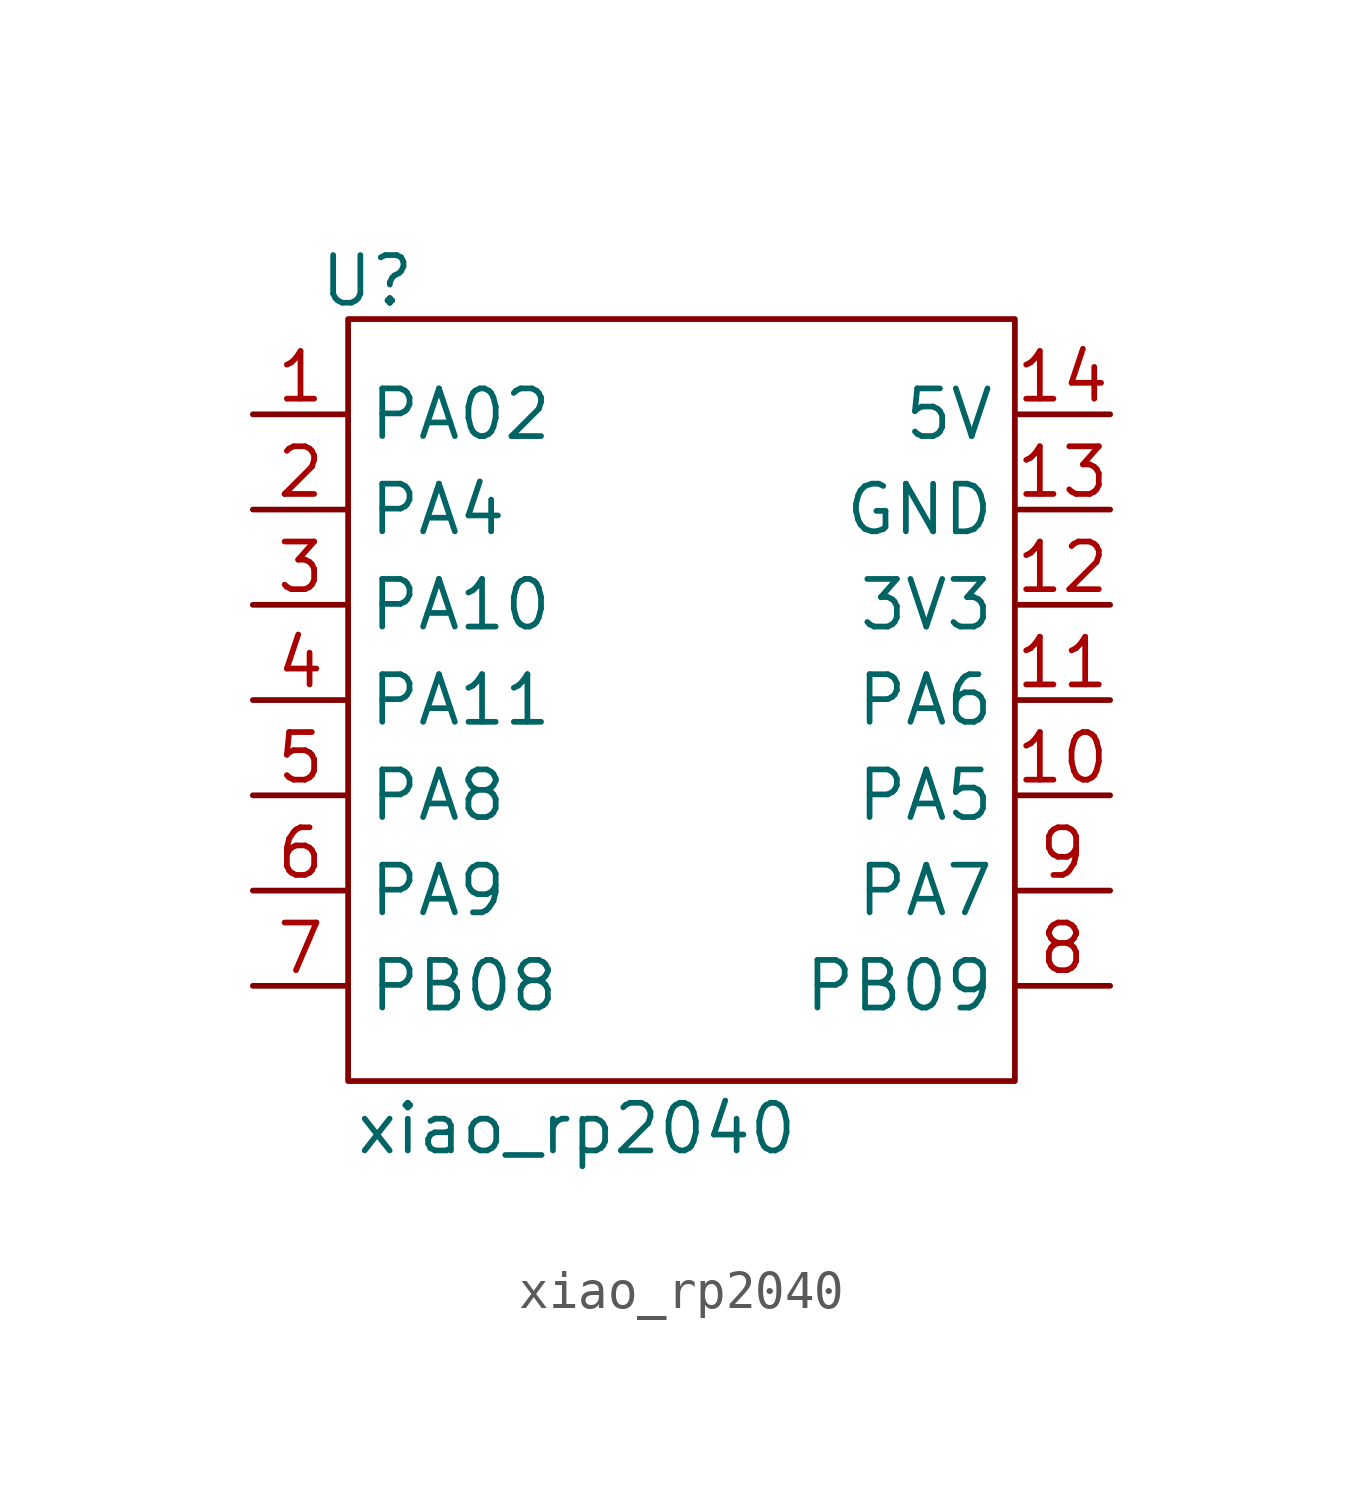
<source format=kicad_sym>
(kicad_symbol_lib
  (version 20231120)
  (generator "kicad_symbol_editor")
  (generator_version "8.0")
  (symbol "xiao_rp2040"
    (property "Reference" "U"
      (at -8.382 11.176 0)
      (effects (font (size 1.27 1.27))))
    (property "Value" "xiao_rp2040"
      (at -2.794 -11.43 0)
      (effects (font (size 1.27 1.27))))
    (symbol "xiao_rp2040_0_1"
      (rectangle (start -8.89 10.16) (end 8.89 -10.16) (stroke (width 0) (type default)) (fill (type none))))
    (symbol "xiao_rp2040_1_1"
      (pin passive line (at -11.43 7.62 0) (length 2.54) (name "PA02" (effects (font (size 1.27 1.27)))) (number "1" (effects (font (size 1.27 1.27)))) (alternate "A0" passive line) (alternate "D0" passive line))
      (pin passive line (at 11.43 -2.54 180) (length 2.54) (name "PA5" (effects (font (size 1.27 1.27)))) (number "10" (effects (font (size 1.27 1.27)))) (alternate "A9" passive line) (alternate "D9" passive line) (alternate "MISO" passive line))
      (pin passive line (at 11.43 0 180) (length 2.54) (name "PA6" (effects (font (size 1.27 1.27)))) (number "11" (effects (font (size 1.27 1.27)))) (alternate "A10" passive line) (alternate "D10" passive line) (alternate "MOSI" passive line))
      (pin passive line (at 11.43 2.54 180) (length 2.54) (name "3V3" (effects (font (size 1.27 1.27)))) (number "12" (effects (font (size 1.27 1.27)))))
      (pin passive line (at 11.43 5.08 180) (length 2.54) (name "GND" (effects (font (size 1.27 1.27)))) (number "13" (effects (font (size 1.27 1.27)))))
      (pin passive line (at 11.43 7.62 180) (length 2.54) (name "5V" (effects (font (size 1.27 1.27)))) (number "14" (effects (font (size 1.27 1.27)))))
      (pin passive line (at -11.43 5.08 0) (length 2.54) (name "PA4" (effects (font (size 1.27 1.27)))) (number "2" (effects (font (size 1.27 1.27)))) (alternate "A1" passive line) (alternate "D1" passive line))
      (pin passive line (at -11.43 2.54 0) (length 2.54) (name "PA10" (effects (font (size 1.27 1.27)))) (number "3" (effects (font (size 1.27 1.27)))) (alternate "A2" passive line) (alternate "D2" passive line))
      (pin passive line (at -11.43 0 0) (length 2.54) (name "PA11" (effects (font (size 1.27 1.27)))) (number "4" (effects (font (size 1.27 1.27)))) (alternate "A3" passive line) (alternate "D3" passive line))
      (pin passive line (at -11.43 -2.54 0) (length 2.54) (name "PA8" (effects (font (size 1.27 1.27)))) (number "5" (effects (font (size 1.27 1.27)))) (alternate "A4" passive line) (alternate "D4" passive line) (alternate "SDA" bidirectional line))
      (pin passive line (at -11.43 -5.08 0) (length 2.54) (name "PA9" (effects (font (size 1.27 1.27)))) (number "6" (effects (font (size 1.27 1.27)))) (alternate "A5" passive line) (alternate "D5" passive line) (alternate "SCL" bidirectional line))
      (pin passive line (at -11.43 -7.62 0) (length 2.54) (name "PB08" (effects (font (size 1.27 1.27)))) (number "7" (effects (font (size 1.27 1.27)))) (alternate "A6" passive line) (alternate "D6" passive line) (alternate "TX" passive line))
      (pin passive line (at 11.43 -7.62 180) (length 2.54) (name "PB09" (effects (font (size 1.27 1.27)))) (number "8" (effects (font (size 1.27 1.27)))) (alternate "A7" passive line) (alternate "D7" passive line) (alternate "RX" passive line))
      (pin passive line (at 11.43 -5.08 180) (length 2.54) (name "PA7" (effects (font (size 1.27 1.27)))) (number "9" (effects (font (size 1.27 1.27)))) (alternate "A8" passive line) (alternate "D8" passive line) (alternate "SCK" passive line)))))
</source>
